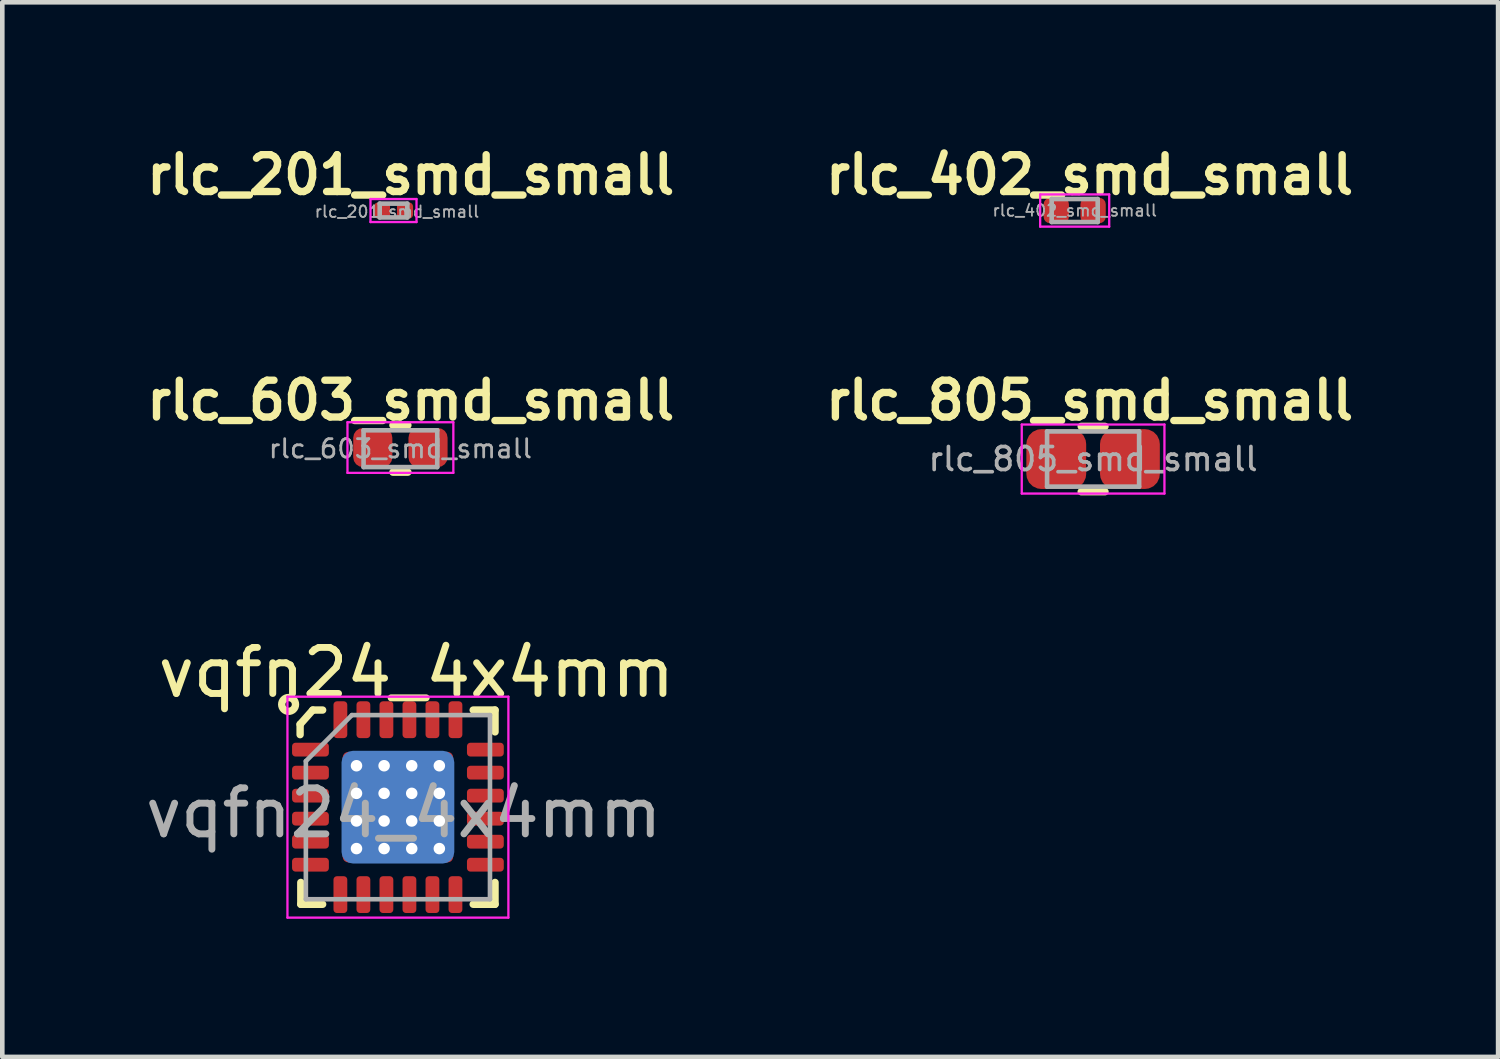
<source format=kicad_pcb>
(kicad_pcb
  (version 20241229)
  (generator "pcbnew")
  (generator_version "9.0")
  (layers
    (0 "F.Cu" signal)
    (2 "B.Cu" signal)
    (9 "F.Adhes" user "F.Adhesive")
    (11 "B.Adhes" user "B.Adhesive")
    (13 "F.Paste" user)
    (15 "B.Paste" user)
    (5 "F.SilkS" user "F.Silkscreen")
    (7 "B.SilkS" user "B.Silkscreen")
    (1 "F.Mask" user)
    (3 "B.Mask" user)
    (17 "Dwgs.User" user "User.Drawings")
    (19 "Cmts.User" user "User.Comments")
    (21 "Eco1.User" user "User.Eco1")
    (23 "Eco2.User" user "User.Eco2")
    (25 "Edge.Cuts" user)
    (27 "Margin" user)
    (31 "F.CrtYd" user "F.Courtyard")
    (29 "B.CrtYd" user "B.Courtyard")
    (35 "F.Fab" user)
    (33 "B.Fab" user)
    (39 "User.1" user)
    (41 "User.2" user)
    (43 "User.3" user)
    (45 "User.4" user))
  (footprint "rlc_805_smd_small"
    (layer "F.Cu")
    (at 20.698 6.923)
    (property "Reference" "rlc_805_smd_small" (at -0.075 -1.275 0) (layer "F.SilkS") (effects (font (size 0.8 0.8) (thickness 0.16))))
    (attr smd)
    (fp_line (start -0.259 -0.71) (end 0.259 -0.71) (stroke (width 0.16) (type solid)) (layer "F.SilkS"))
    (fp_line (start -0.259 0.71) (end 0.259 0.71) (stroke (width 0.16) (type solid)) (layer "F.SilkS"))
    (fp_line (start -1.55 -0.75) (end 1.55 -0.75) (stroke (width 0.05) (type solid)) (layer "F.CrtYd"))
    (fp_line (start -1.55 0.75) (end -1.55 -0.75) (stroke (width 0.05) (type solid)) (layer "F.CrtYd"))
    (fp_line (start -1.55 0.75) (end 1.55 0.75) (stroke (width 0.05) (type solid)) (layer "F.CrtYd"))
    (fp_line (start 1.55 0.75) (end 1.55 -0.75) (stroke (width 0.05) (type solid)) (layer "F.CrtYd"))
    (fp_line (start -1 -0.6) (end 1 -0.6) (stroke (width 0.1) (type solid)) (layer "F.Fab"))
    (fp_line (start -1 0.6) (end -1 -0.6) (stroke (width 0.1) (type solid)) (layer "F.Fab"))
    (fp_line (start 1 -0.6) (end 1 0.6) (stroke (width 0.1) (type solid)) (layer "F.Fab"))
    (fp_line (start 1 0.6) (end -1 0.6) (stroke (width 0.1) (type solid)) (layer "F.Fab"))
    (fp_text user "${REFERENCE}" (at 0 0 0) (layer "F.Fab") (effects (font (size 0.5 0.5) (thickness 0.08))))
    (pad "1" smd roundrect (at -0.8 0) (size 1.3 1.3) (layers "F.Cu" "F.Mask" "F.Paste") (roundrect_rratio 0.25))
    (pad "2" smd roundrect (at 0.8 0) (size 1.3 1.3) (layers "F.Cu" "F.Mask" "F.Paste") (roundrect_rratio 0.25)))
  (footprint "rlc_603_smd_small"
    (layer "F.Cu")
    (at 5.649 6.673)
    (property "Reference" "rlc_603_smd_small" (at 0.225 -1.025 0) (layer "F.SilkS") (effects (font (size 0.8 0.8) (thickness 0.16))))
    (attr smd)
    (fp_line (start -0.163 -0.485) (end 0.163 -0.485) (stroke (width 0.16) (type solid)) (layer "F.SilkS"))
    (fp_line (start -0.163 0.535) (end 0.163 0.535) (stroke (width 0.16) (type solid)) (layer "F.SilkS"))
    (fp_line (start -1.15 -0.55) (end 1.15 -0.55) (stroke (width 0.05) (type solid)) (layer "F.CrtYd"))
    (fp_line (start -1.15 0.55) (end -1.15 -0.55) (stroke (width 0.05) (type solid)) (layer "F.CrtYd"))
    (fp_line (start -1.15 0.55) (end 1.15 0.55) (stroke (width 0.05) (type solid)) (layer "F.CrtYd"))
    (fp_line (start 1.15 0.55) (end 1.15 -0.55) (stroke (width 0.05) (type solid)) (layer "F.CrtYd"))
    (fp_line (start -0.8 -0.375) (end 0.8 -0.375) (stroke (width 0.1) (type solid)) (layer "F.Fab"))
    (fp_line (start -0.8 0.425) (end -0.8 -0.375) (stroke (width 0.1) (type solid)) (layer "F.Fab"))
    (fp_line (start 0.8 -0.375) (end 0.8 0.425) (stroke (width 0.1) (type solid)) (layer "F.Fab"))
    (fp_line (start 0.8 0.425) (end -0.8 0.425) (stroke (width 0.1) (type solid)) (layer "F.Fab"))
    (fp_text user "${REFERENCE}" (at 0 0.025 0) (layer "F.Fab") (effects (font (size 0.4 0.4) (thickness 0.06))))
    (pad "1" smd roundrect (at -0.6 0) (size 0.85 0.85) (layers "F.Cu" "F.Mask" "F.Paste") (roundrect_rratio 0.25))
    (pad "2" smd roundrect (at 0.6 0) (size 0.85 0.85) (layers "F.Cu" "F.Mask" "F.Paste") (roundrect_rratio 0.25)))
  (footprint "rlc_402_smd_small"
    (layer "F.Cu")
    (at 20.298 1.524)
    (property "Reference" "rlc_402_smd_small" (at 0.325 -0.775 0) (layer "F.SilkS") (effects (font (size 0.8 0.8) (thickness 0.16))))
    (attr smd)
    (fp_line (start -0.75 -0.35) (end 0.75 -0.35) (stroke (width 0.05) (type solid)) (layer "F.CrtYd"))
    (fp_line (start -0.75 0.35) (end -0.75 -0.35) (stroke (width 0.05) (type solid)) (layer "F.CrtYd"))
    (fp_line (start -0.75 0.35) (end 0.75 0.35) (stroke (width 0.05) (type solid)) (layer "F.CrtYd"))
    (fp_line (start 0.75 0.35) (end 0.75 -0.35) (stroke (width 0.05) (type solid)) (layer "F.CrtYd"))
    (fp_line (start -0.5 -0.25) (end 0.5 -0.25) (stroke (width 0.1) (type solid)) (layer "F.Fab"))
    (fp_line (start -0.5 0.25) (end -0.5 -0.25) (stroke (width 0.1) (type solid)) (layer "F.Fab"))
    (fp_line (start 0.5 -0.25) (end 0.5 0.25) (stroke (width 0.1) (type solid)) (layer "F.Fab"))
    (fp_line (start 0.5 0.25) (end -0.5 0.25) (stroke (width 0.1) (type solid)) (layer "F.Fab"))
    (fp_text user "${REFERENCE}" (at 0 0 0) (layer "F.Fab") (effects (font (size 0.25 0.25) (thickness 0.04))))
    (pad "1" smd roundrect (at -0.4 0) (size 0.55 0.55) (layers "F.Cu" "F.Mask" "F.Paste") (roundrect_rratio 0.25))
    (pad "2" smd roundrect (at 0.4 0) (size 0.55 0.55) (layers "F.Cu" "F.Mask" "F.Paste") (roundrect_rratio 0.25)))
  (footprint "rlc_201_smd_small"
    (layer "F.Cu")
    (at 5.499 1.524)
    (property "Reference" "rlc_201_smd_small" (at 0.375 -0.775 0) (layer "F.SilkS") (effects (font (size 0.8 0.8) (thickness 0.16))))
    (attr smd)
    (fp_line (start -0.5 -0.25) (end 0.5 -0.25) (stroke (width 0.05) (type solid)) (layer "F.CrtYd"))
    (fp_line (start -0.5 0.25) (end -0.5 -0.25) (stroke (width 0.05) (type solid)) (layer "F.CrtYd"))
    (fp_line (start -0.5 0.25) (end 0.5 0.25) (stroke (width 0.05) (type solid)) (layer "F.CrtYd"))
    (fp_line (start 0.5 0.25) (end 0.5 -0.25) (stroke (width 0.05) (type solid)) (layer "F.CrtYd"))
    (fp_line (start -0.3 -0.15) (end 0.3 -0.15) (stroke (width 0.1) (type solid)) (layer "F.Fab"))
    (fp_line (start -0.3 0.15) (end -0.3 -0.15) (stroke (width 0.1) (type solid)) (layer "F.Fab"))
    (fp_line (start 0.3 -0.15) (end 0.3 0.15) (stroke (width 0.1) (type solid)) (layer "F.Fab"))
    (fp_line (start 0.3 0.15) (end -0.3 0.15) (stroke (width 0.1) (type solid)) (layer "F.Fab"))
    (fp_text user "${REFERENCE}" (at 0.075 0.025 0) (layer "F.Fab") (effects (font (size 0.25 0.25) (thickness 0.04))))
    (pad "" smd roundrect (at -0.25 0) (size 0.318 0.36) (layers "F.Paste") (roundrect_rratio 0.25))
    (pad "" smd roundrect (at 0.25 0) (size 0.318 0.36) (layers "F.Paste") (roundrect_rratio 0.25))
    (pad "1" smd roundrect (at -0.25 0) (size 0.35 0.35) (layers "F.Cu" "F.Mask") (roundrect_rratio 0.25))
    (pad "2" smd roundrect (at 0.25 0) (size 0.35 0.35) (layers "F.Cu" "F.Mask") (roundrect_rratio 0.25)))
  (footprint "vqfn24_4x4mm"
    (layer "F.Cu")
    (at 5.595 14.486)
    (property "Reference" "vqfn24_4x4mm" (at 0.4 -2.925 0) (layer "F.SilkS") (effects (font (size 1 1) (thickness 0.15))))
    (attr smd)
    (fp_line (start -2.125 -1.8) (end -2.125 -1.575) (stroke (width 0.16) (type solid)) (layer "F.SilkS"))
    (fp_line (start -2.11 2.11) (end -2.11 1.635) (stroke (width 0.16) (type solid)) (layer "F.SilkS"))
    (fp_line (start -1.85 -2.11) (end -2.125 -1.8) (stroke (width 0.16) (type solid)) (layer "F.SilkS"))
    (fp_line (start -1.635 -2.11) (end -1.85 -2.11) (stroke (width 0.16) (type solid)) (layer "F.SilkS"))
    (fp_line (start -1.635 2.11) (end -2.11 2.11) (stroke (width 0.16) (type solid)) (layer "F.SilkS"))
    (fp_line (start 1.635 -2.11) (end 2.11 -2.11) (stroke (width 0.16) (type solid)) (layer "F.SilkS"))
    (fp_line (start 1.635 2.11) (end 2.11 2.11) (stroke (width 0.16) (type solid)) (layer "F.SilkS"))
    (fp_line (start 2.11 -2.11) (end 2.11 -1.635) (stroke (width 0.16) (type solid)) (layer "F.SilkS"))
    (fp_line (start 2.11 2.11) (end 2.11 1.635) (stroke (width 0.16) (type solid)) (layer "F.SilkS"))
    (fp_circle (center -2.375 -2.232) (end -2.225 -2.232) (stroke (width 0.16) (type solid)) (fill no) (layer "F.SilkS"))
    (fp_line (start -2.4 -2.4) (end -2.4 2.4) (stroke (width 0.05) (type solid)) (layer "F.CrtYd"))
    (fp_line (start -2.4 2.4) (end 2.4 2.4) (stroke (width 0.05) (type solid)) (layer "F.CrtYd"))
    (fp_line (start 2.4 -2.4) (end -2.4 -2.4) (stroke (width 0.05) (type solid)) (layer "F.CrtYd"))
    (fp_line (start 2.4 2.4) (end 2.4 -2.4) (stroke (width 0.05) (type solid)) (layer "F.CrtYd"))
    (fp_line (start -2 -1) (end -1 -2) (stroke (width 0.1) (type solid)) (layer "F.Fab"))
    (fp_line (start -2 2) (end -2 -1) (stroke (width 0.1) (type solid)) (layer "F.Fab"))
    (fp_line (start -1 -2) (end 2 -2) (stroke (width 0.1) (type solid)) (layer "F.Fab"))
    (fp_line (start 2 -2) (end 2 2) (stroke (width 0.1) (type solid)) (layer "F.Fab"))
    (fp_line (start 2 2) (end -2 2) (stroke (width 0.1) (type solid)) (layer "F.Fab"))
    (fp_text user "${REFERENCE}" (at 0.125 0.125 0) (layer "F.Fab") (effects (font (size 1 1) (thickness 0.15))))
    (pad "" smd roundrect (at -0.625 -0.625) (size 1.05 1.05) (layers "F.Paste") (roundrect_rratio 0.05))
    (pad "" smd roundrect (at -0.625 0.625) (size 1.05 1.05) (layers "F.Paste") (roundrect_rratio 0.05))
    (pad "" smd roundrect (at 0.625 -0.625) (size 1.05 1.05) (layers "F.Paste") (roundrect_rratio 0.05))
    (pad "" smd roundrect (at 0.625 0.625) (size 1.05 1.05) (layers "F.Paste") (roundrect_rratio 0.05))
    (pad "1" smd roundrect (at -1.9 -1.25) (size 0.8 0.3) (layers "F.Cu" "F.Mask" "F.Paste") (roundrect_rratio 0.25))
    (pad "2" smd roundrect (at -1.9 -0.75) (size 0.8 0.3) (layers "F.Cu" "F.Mask" "F.Paste") (roundrect_rratio 0.25))
    (pad "3" smd roundrect (at -1.9 -0.25) (size 0.8 0.3) (layers "F.Cu" "F.Mask" "F.Paste") (roundrect_rratio 0.25))
    (pad "4" smd roundrect (at -1.9 0.25) (size 0.8 0.3) (layers "F.Cu" "F.Mask" "F.Paste") (roundrect_rratio 0.25))
    (pad "5" smd roundrect (at -1.9 0.75) (size 0.8 0.3) (layers "F.Cu" "F.Mask" "F.Paste") (roundrect_rratio 0.25))
    (pad "6" smd roundrect (at -1.9 1.25) (size 0.8 0.3) (layers "F.Cu" "F.Mask" "F.Paste") (roundrect_rratio 0.25))
    (pad "7" smd roundrect (at -1.25 1.9) (size 0.3 0.8) (layers "F.Cu" "F.Mask" "F.Paste") (roundrect_rratio 0.25))
    (pad "8" smd roundrect (at -0.75 1.9) (size 0.3 0.8) (layers "F.Cu" "F.Mask" "F.Paste") (roundrect_rratio 0.25))
    (pad "9" smd roundrect (at -0.25 1.9) (size 0.3 0.8) (layers "F.Cu" "F.Mask" "F.Paste") (roundrect_rratio 0.25))
    (pad "10" smd roundrect (at 0.25 1.9) (size 0.3 0.8) (layers "F.Cu" "F.Mask" "F.Paste") (roundrect_rratio 0.25))
    (pad "11" smd roundrect (at 0.75 1.9) (size 0.3 0.8) (layers "F.Cu" "F.Mask" "F.Paste") (roundrect_rratio 0.25))
    (pad "12" smd roundrect (at 1.25 1.9) (size 0.3 0.8) (layers "F.Cu" "F.Mask" "F.Paste") (roundrect_rratio 0.25))
    (pad "13" smd roundrect (at 1.9 1.25) (size 0.8 0.3) (layers "F.Cu" "F.Mask" "F.Paste") (roundrect_rratio 0.25))
    (pad "14" smd roundrect (at 1.9 0.75) (size 0.8 0.3) (layers "F.Cu" "F.Mask" "F.Paste") (roundrect_rratio 0.25))
    (pad "15" smd roundrect (at 1.9 0.25) (size 0.8 0.3) (layers "F.Cu" "F.Mask" "F.Paste") (roundrect_rratio 0.25))
    (pad "16" smd roundrect (at 1.9 -0.25) (size 0.8 0.3) (layers "F.Cu" "F.Mask" "F.Paste") (roundrect_rratio 0.25))
    (pad "17" smd roundrect (at 1.9 -0.75) (size 0.8 0.3) (layers "F.Cu" "F.Mask" "F.Paste") (roundrect_rratio 0.25))
    (pad "18" smd roundrect (at 1.9 -1.25) (size 0.8 0.3) (layers "F.Cu" "F.Mask" "F.Paste") (roundrect_rratio 0.25))
    (pad "19" smd roundrect (at 1.25 -1.9) (size 0.3 0.8) (layers "F.Cu" "F.Mask" "F.Paste") (roundrect_rratio 0.25))
    (pad "20" smd roundrect (at 0.75 -1.9) (size 0.3 0.8) (layers "F.Cu" "F.Mask" "F.Paste") (roundrect_rratio 0.25))
    (pad "21" smd roundrect (at 0.25 -1.9) (size 0.3 0.8) (layers "F.Cu" "F.Mask" "F.Paste") (roundrect_rratio 0.25))
    (pad "22" smd roundrect (at -0.25 -1.9) (size 0.3 0.8) (layers "F.Cu" "F.Mask" "F.Paste") (roundrect_rratio 0.25))
    (pad "23" smd roundrect (at -0.75 -1.9) (size 0.3 0.8) (layers "F.Cu" "F.Mask" "F.Paste") (roundrect_rratio 0.25))
    (pad "24" smd roundrect (at -1.25 -1.9) (size 0.3 0.8) (layers "F.Cu" "F.Mask" "F.Paste") (roundrect_rratio 0.25))
    (pad "25" thru_hole circle (at -0.9 -0.9) (size 0.5 0.5) (drill 0.25) (layers "*.Cu"))
    (pad "25" thru_hole circle (at -0.9 -0.3) (size 0.5 0.5) (drill 0.25) (layers "*.Cu"))
    (pad "25" thru_hole circle (at -0.9 0.3) (size 0.5 0.5) (drill 0.25) (layers "*.Cu"))
    (pad "25" thru_hole circle (at -0.9 0.9) (size 0.5 0.5) (drill 0.25) (layers "*.Cu"))
    (pad "25" thru_hole circle (at -0.3 -0.9) (size 0.5 0.5) (drill 0.25) (layers "*.Cu"))
    (pad "25" thru_hole circle (at -0.3 -0.3) (size 0.5 0.5) (drill 0.25) (layers "*.Cu"))
    (pad "25" thru_hole circle (at -0.3 0.3) (size 0.5 0.5) (drill 0.25) (layers "*.Cu"))
    (pad "25" thru_hole circle (at -0.3 0.9) (size 0.5 0.5) (drill 0.25) (layers "*.Cu"))
    (pad "25" smd roundrect (at 0 0) (size 2.4 2.4) (layers "F.Cu" "F.Mask") (roundrect_rratio 0.05))
    (pad "25" smd roundrect (at 0 0) (size 2.45 2.45) (layers "B.Cu") (roundrect_rratio 0.102))
    (pad "25" thru_hole circle (at 0.3 -0.9) (size 0.5 0.5) (drill 0.25) (layers "*.Cu"))
    (pad "25" thru_hole circle (at 0.3 -0.3) (size 0.5 0.5) (drill 0.25) (layers "*.Cu"))
    (pad "25" thru_hole circle (at 0.3 0.3) (size 0.5 0.5) (drill 0.25) (layers "*.Cu"))
    (pad "25" thru_hole circle (at 0.3 0.9) (size 0.5 0.5) (drill 0.25) (layers "*.Cu"))
    (pad "25" thru_hole circle (at 0.9 -0.9) (size 0.5 0.5) (drill 0.25) (layers "*.Cu"))
    (pad "25" thru_hole circle (at 0.9 -0.3) (size 0.5 0.5) (drill 0.25) (layers "*.Cu"))
    (pad "25" thru_hole circle (at 0.9 0.3) (size 0.5 0.5) (drill 0.25) (layers "*.Cu"))
    (pad "25" thru_hole circle (at 0.9 0.9) (size 0.5 0.5) (drill 0.25) (layers "*.Cu")))
  (gr_rect
    (start -3 -3)
    (end 29.497 19.911)
    (stroke (width 0.1) (type default))
    (fill no)
    (layer "Edge.Cuts")))
</source>
